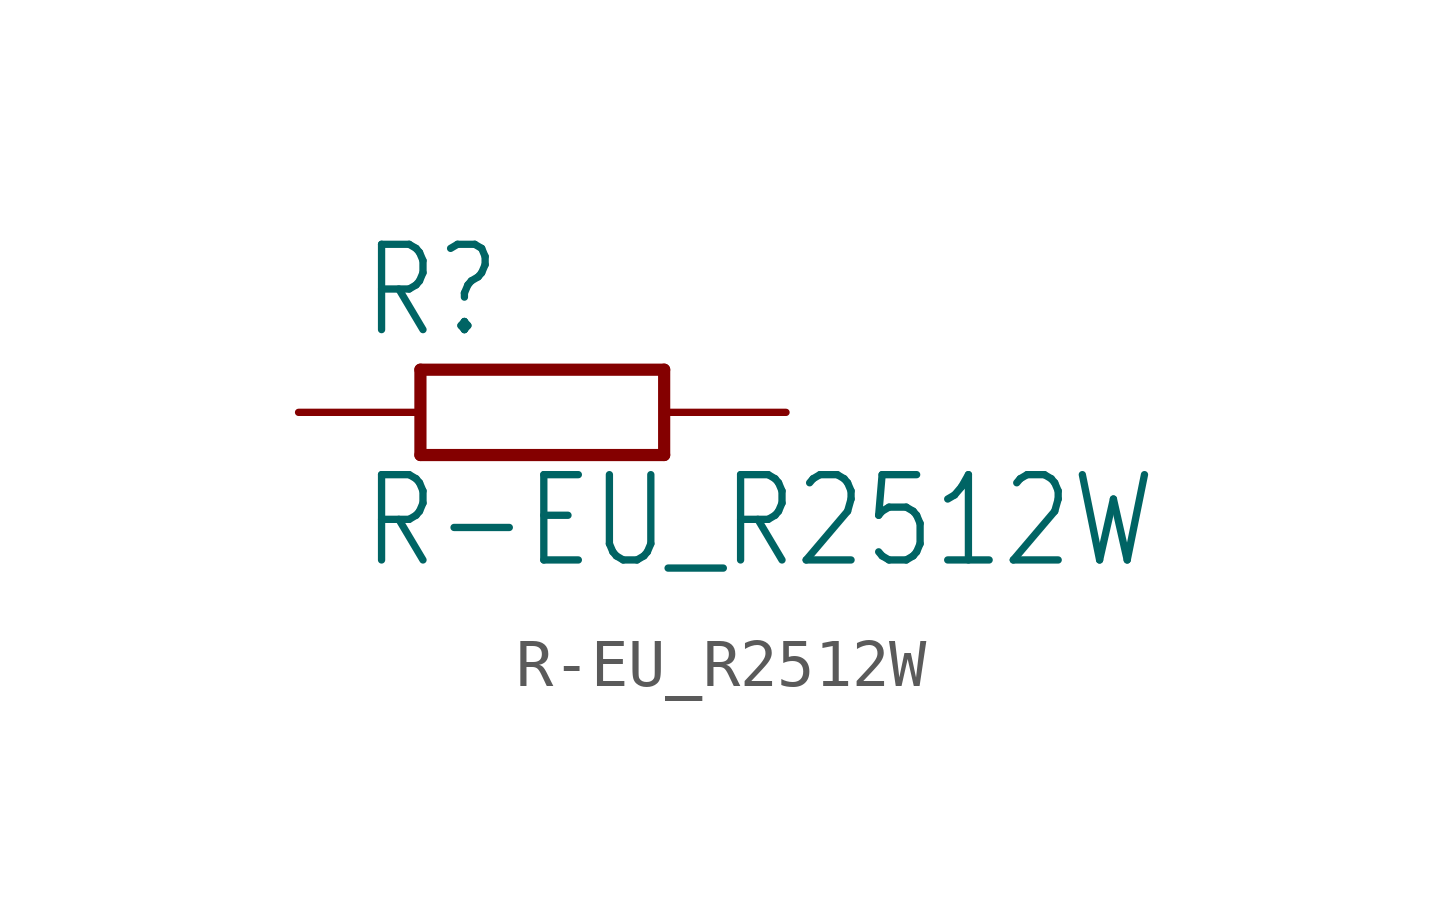
<source format=kicad_sym>
(kicad_symbol_lib
  (version 20211014)
  (generator kicad_symbol_editor)
  (symbol "R-EU_R2512W"
    (property "Reference" "R"
      (at -3.81 1.499 0)
      (effects (font (size 1.778 1.511)) (justify left bottom)))
    (property "Value" "R-EU_R2512W"
      (at -3.81 -3.302 0)
      (effects (font (size 1.778 1.511)) (justify left bottom)))
    (property "ki_locked" ""
      (at 0 0 0)
      (effects (font (size 1.27 1.27))))
    (symbol "R-EU_R2512W_1_0"
      (polyline (pts (xy -2.54 -0.889) (xy -2.54 0.889)) (stroke (width 0.254) (type default) (color 0 0 0 0)) (fill (type none)))
      (polyline (pts (xy -2.54 -0.889) (xy 2.54 -0.889)) (stroke (width 0.254) (type default) (color 0 0 0 0)) (fill (type none)))
      (polyline (pts (xy 2.54 -0.889) (xy 2.54 0.889)) (stroke (width 0.254) (type default) (color 0 0 0 0)) (fill (type none)))
      (polyline (pts (xy 2.54 0.889) (xy -2.54 0.889)) (stroke (width 0.254) (type default) (color 0 0 0 0)) (fill (type none)))
      (pin passive line (at -5.08 0 0) (length 2.54) (name "1" (effects (font (size 0 0)))) (number "1" (effects (font (size 0 0)))))
      (pin passive line (at 5.08 0 180) (length 2.54) (name "2" (effects (font (size 0 0)))) (number "2" (effects (font (size 0 0))))))))
</source>
